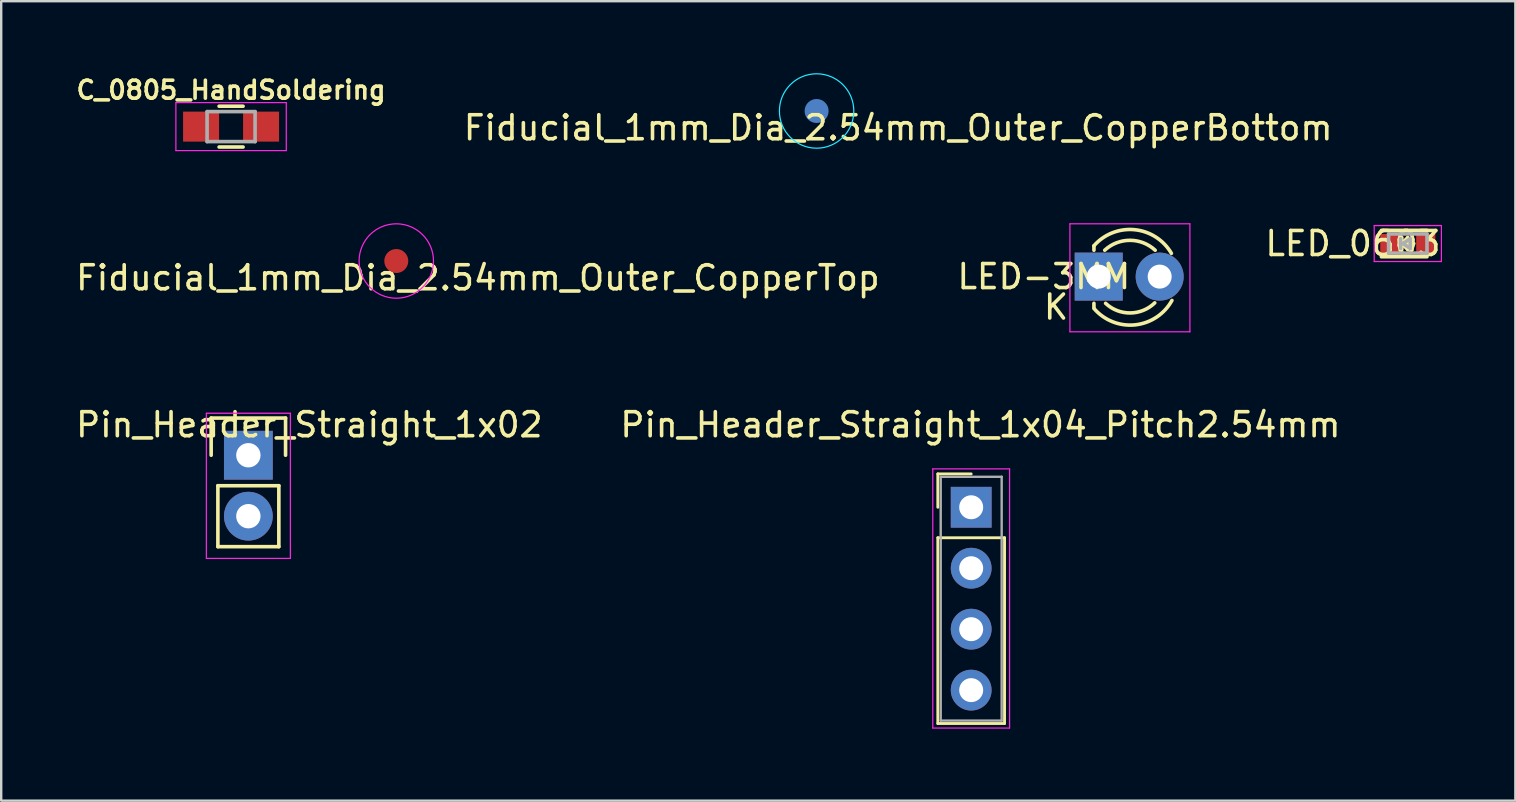
<source format=kicad_pcb>
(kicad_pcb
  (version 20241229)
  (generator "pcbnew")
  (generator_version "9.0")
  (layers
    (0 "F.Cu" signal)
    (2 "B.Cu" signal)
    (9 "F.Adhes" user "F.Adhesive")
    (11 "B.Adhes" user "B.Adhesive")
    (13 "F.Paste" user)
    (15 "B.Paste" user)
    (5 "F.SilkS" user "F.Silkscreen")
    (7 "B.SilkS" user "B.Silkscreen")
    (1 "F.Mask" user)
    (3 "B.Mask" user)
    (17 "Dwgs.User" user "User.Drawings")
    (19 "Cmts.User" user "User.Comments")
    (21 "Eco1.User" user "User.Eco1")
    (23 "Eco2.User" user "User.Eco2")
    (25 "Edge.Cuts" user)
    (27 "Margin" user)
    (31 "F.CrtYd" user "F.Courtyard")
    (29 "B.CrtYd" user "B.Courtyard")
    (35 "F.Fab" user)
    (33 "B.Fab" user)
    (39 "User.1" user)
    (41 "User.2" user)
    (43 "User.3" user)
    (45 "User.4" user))
  (footprint "LED_0603"
    (layer "F.Cu")
    (at 55.611 7.099)
    (property "Reference" "LED_0603" (at -2.286 0 0) (layer "F.SilkS") (effects (font (size 1 1) (thickness 0.15))))
    (attr smd)
    (fp_line (start -1.1 -0.55) (end 0.8 -0.55) (stroke (width 0.15) (type solid)) (layer "F.SilkS"))
    (fp_line (start -1.1 0.55) (end 0.8 0.55) (stroke (width 0.15) (type solid)) (layer "F.SilkS"))
    (fp_line (start -0.25 -0.25) (end -0.25 0.25) (stroke (width 0.15) (type solid)) (layer "F.SilkS"))
    (fp_line (start -0.25 0) (end 0 -0.25) (stroke (width 0.15) (type solid)) (layer "F.SilkS"))
    (fp_line (start -0.2 0) (end 0.25 0) (stroke (width 0.15) (type solid)) (layer "F.SilkS"))
    (fp_line (start 0 -0.25) (end 0 0.25) (stroke (width 0.15) (type solid)) (layer "F.SilkS"))
    (fp_line (start 0 0.25) (end -0.25 0) (stroke (width 0.15) (type solid)) (layer "F.SilkS"))
    (fp_line (start -1.4 -0.75) (end 1.4 -0.75) (stroke (width 0.05) (type solid)) (layer "F.CrtYd"))
    (fp_line (start -1.4 0.75) (end -1.4 -0.75) (stroke (width 0.05) (type solid)) (layer "F.CrtYd"))
    (fp_line (start 1.4 -0.75) (end 1.4 0.75) (stroke (width 0.05) (type solid)) (layer "F.CrtYd"))
    (fp_line (start 1.4 0.75) (end -1.4 0.75) (stroke (width 0.05) (type solid)) (layer "F.CrtYd"))
    (fp_line (start -0.8 -0.4) (end 0.8 -0.4) (stroke (width 0.15) (type solid)) (layer "F.Fab"))
    (fp_line (start -0.8 0.4) (end -0.8 -0.4) (stroke (width 0.15) (type solid)) (layer "F.Fab"))
    (fp_line (start -0.3 -0.2) (end -0.3 0.2) (stroke (width 0.15) (type solid)) (layer "F.Fab"))
    (fp_line (start -0.2 0) (end 0.1 -0.2) (stroke (width 0.15) (type solid)) (layer "F.Fab"))
    (fp_line (start 0.1 -0.2) (end 0.1 0.2) (stroke (width 0.15) (type solid)) (layer "F.Fab"))
    (fp_line (start 0.1 0.2) (end -0.2 0) (stroke (width 0.15) (type solid)) (layer "F.Fab"))
    (fp_line (start 0.8 -0.4) (end 0.8 0.4) (stroke (width 0.15) (type solid)) (layer "F.Fab"))
    (fp_line (start 0.8 0.4) (end -0.8 0.4) (stroke (width 0.15) (type solid)) (layer "F.Fab"))
    (pad "1" smd rect (at -0.749 0 180) (size 0.798 0.798) (layers "F.Cu" "F.Mask" "F.Paste"))
    (pad "2" smd rect (at 0.749 0 180) (size 0.798 0.798) (layers "F.Cu" "F.Mask" "F.Paste")))
  (footprint "Pin_Header_Straight_1x04_Pitch2.54mm"
    (layer "F.Cu")
    (at 37.418 18.087)
    (property "Reference" "Pin_Header_Straight_1x04_Pitch2.54mm" (at 0.386 -3.438 0) (layer "F.SilkS") (effects (font (size 1 1) (thickness 0.15))))
    (attr through_hole)
    (fp_line (start -1.39 -1.39) (end 0 -1.39) (stroke (width 0.12) (type solid)) (layer "F.SilkS"))
    (fp_line (start -1.39 0) (end -1.39 -1.39) (stroke (width 0.12) (type solid)) (layer "F.SilkS"))
    (fp_line (start -1.39 1.27) (end -1.39 9.01) (stroke (width 0.12) (type solid)) (layer "F.SilkS"))
    (fp_line (start -1.39 9.01) (end 1.39 9.01) (stroke (width 0.12) (type solid)) (layer "F.SilkS"))
    (fp_line (start 1.39 1.27) (end -1.39 1.27) (stroke (width 0.12) (type solid)) (layer "F.SilkS"))
    (fp_line (start 1.39 9.01) (end 1.39 1.27) (stroke (width 0.12) (type solid)) (layer "F.SilkS"))
    (fp_line (start -1.6 -1.6) (end -1.6 9.2) (stroke (width 0.05) (type solid)) (layer "F.CrtYd"))
    (fp_line (start -1.6 9.2) (end 1.6 9.2) (stroke (width 0.05) (type solid)) (layer "F.CrtYd"))
    (fp_line (start 1.6 -1.6) (end -1.6 -1.6) (stroke (width 0.05) (type solid)) (layer "F.CrtYd"))
    (fp_line (start 1.6 9.2) (end 1.6 -1.6) (stroke (width 0.05) (type solid)) (layer "F.CrtYd"))
    (fp_line (start -1.27 -1.27) (end -1.27 8.89) (stroke (width 0.1) (type solid)) (layer "F.Fab"))
    (fp_line (start -1.27 8.89) (end 1.27 8.89) (stroke (width 0.1) (type solid)) (layer "F.Fab"))
    (fp_line (start 1.27 -1.27) (end -1.27 -1.27) (stroke (width 0.1) (type solid)) (layer "F.Fab"))
    (fp_line (start 1.27 8.89) (end 1.27 -1.27) (stroke (width 0.1) (type solid)) (layer "F.Fab"))
    (pad "1" thru_hole rect (at 0 0) (size 1.7 1.7) (drill 1) (layers "*.Cu" "*.Mask"))
    (pad "2" thru_hole oval (at 0 2.54) (size 1.7 1.7) (drill 1) (layers "*.Cu" "*.Mask"))
    (pad "3" thru_hole oval (at 0 5.08) (size 1.7 1.7) (drill 1) (layers "*.Cu" "*.Mask"))
    (pad "4" thru_hole oval (at 0 7.62) (size 1.7 1.7) (drill 1) (layers "*.Cu" "*.Mask")))
  (footprint "Pin_Header_Straight_1x02"
    (layer "F.Cu")
    (at 7.299 15.919)
    (property "Reference" "Pin_Header_Straight_1x02" (at 2.54 -1.27 0) (layer "F.SilkS") (effects (font (size 1 1) (thickness 0.15))))
    (attr through_hole)
    (fp_line (start -1.55 -1.55) (end 1.55 -1.55) (stroke (width 0.15) (type solid)) (layer "F.SilkS"))
    (fp_line (start -1.55 0) (end -1.55 -1.55) (stroke (width 0.15) (type solid)) (layer "F.SilkS"))
    (fp_line (start -1.27 1.27) (end -1.27 3.81) (stroke (width 0.15) (type solid)) (layer "F.SilkS"))
    (fp_line (start -1.27 3.81) (end 1.27 3.81) (stroke (width 0.15) (type solid)) (layer "F.SilkS"))
    (fp_line (start 1.27 1.27) (end -1.27 1.27) (stroke (width 0.15) (type solid)) (layer "F.SilkS"))
    (fp_line (start 1.27 1.27) (end 1.27 3.81) (stroke (width 0.15) (type solid)) (layer "F.SilkS"))
    (fp_line (start 1.55 -1.55) (end 1.55 0) (stroke (width 0.15) (type solid)) (layer "F.SilkS"))
    (fp_line (start -1.75 -1.75) (end -1.75 4.3) (stroke (width 0.05) (type solid)) (layer "F.CrtYd"))
    (fp_line (start -1.75 -1.75) (end 1.75 -1.75) (stroke (width 0.05) (type solid)) (layer "F.CrtYd"))
    (fp_line (start -1.75 4.3) (end 1.75 4.3) (stroke (width 0.05) (type solid)) (layer "F.CrtYd"))
    (fp_line (start 1.75 -1.75) (end 1.75 4.3) (stroke (width 0.05) (type solid)) (layer "F.CrtYd"))
    (pad "1" thru_hole rect (at 0 0) (size 2.032 2.032) (drill 1.016) (layers "*.Cu" "*.Mask"))
    (pad "2" thru_hole oval (at 0 2.54) (size 2.032 2.032) (drill 1.016) (layers "*.Cu" "*.Mask")))
  (footprint "Fiducial_1mm_Dia_2.54mm_Outer_CopperBottom"
    (layer "F.Cu")
    (at 30.977 1.575)
    (property "Reference" "Fiducial_1mm_Dia_2.54mm_Outer_CopperBottom" (at 3.4 0.7 0) (layer "F.SilkS") (effects (font (size 1 1) (thickness 0.15))))
    (attr exclude_from_pos_files exclude_from_bom)
    (fp_circle (center 0 0) (end 1.55 0) (stroke (width 0.05) (type solid)) (fill no) (layer "B.CrtYd"))
    (pad "~" smd circle (at 0 0) (size 1 1) (layers "B.Cu" "B.Mask")))
  (footprint "C_0805_HandSoldering"
    (layer "F.Cu")
    (at 6.579 2.226)
    (property "Reference" "C_0805_HandSoldering" (at 0 -1.524 0) (layer "F.SilkS") (effects (font (size 0.75 0.75) (thickness 0.15))))
    (attr smd)
    (fp_line (start -0.5 0.85) (end 0.5 0.85) (stroke (width 0.15) (type solid)) (layer "F.SilkS"))
    (fp_line (start 0.5 -0.85) (end -0.5 -0.85) (stroke (width 0.15) (type solid)) (layer "F.SilkS"))
    (fp_line (start -2.3 -1) (end -2.3 1) (stroke (width 0.05) (type solid)) (layer "F.CrtYd"))
    (fp_line (start -2.3 -1) (end 2.3 -1) (stroke (width 0.05) (type solid)) (layer "F.CrtYd"))
    (fp_line (start -2.3 1) (end 2.3 1) (stroke (width 0.05) (type solid)) (layer "F.CrtYd"))
    (fp_line (start 2.3 -1) (end 2.3 1) (stroke (width 0.05) (type solid)) (layer "F.CrtYd"))
    (fp_line (start -1 -0.625) (end 1 -0.625) (stroke (width 0.15) (type solid)) (layer "F.Fab"))
    (fp_line (start -1 0.625) (end -1 -0.625) (stroke (width 0.15) (type solid)) (layer "F.Fab"))
    (fp_line (start 1 -0.625) (end 1 0.625) (stroke (width 0.15) (type solid)) (layer "F.Fab"))
    (fp_line (start 1 0.625) (end -1 0.625) (stroke (width 0.15) (type solid)) (layer "F.Fab"))
    (pad "1" smd rect (at -1.25 0) (size 1.5 1.25) (layers "F.Cu" "F.Mask" "F.Paste"))
    (pad "2" smd rect (at 1.25 0) (size 1.5 1.25) (layers "F.Cu" "F.Mask" "F.Paste")))
  (footprint "Fiducial_1mm_Dia_2.54mm_Outer_CopperTop"
    (layer "F.Cu")
    (at 13.463 7.826)
    (property "Reference" "Fiducial_1mm_Dia_2.54mm_Outer_CopperTop" (at 3.4 0.7 0) (layer "F.SilkS") (effects (font (size 1 1) (thickness 0.15))))
    (attr exclude_from_pos_files exclude_from_bom)
    (fp_circle (center 0 0) (end 1.55 0) (stroke (width 0.05) (type solid)) (fill no) (layer "F.CrtYd"))
    (pad "~" smd circle (at 0 0) (size 1 1) (layers "F.Cu" "F.Mask")))
  (footprint "LED-3MM"
    (layer "F.Cu")
    (at 42.732 8.476)
    (property "Reference" "LED-3MM" (at -2.286 0 0) (layer "F.SilkS") (effects (font (size 1 1) (thickness 0.15))))
    (attr through_hole)
    (fp_line (start -0.199 -1.28) (end -0.199 -1.1) (stroke (width 0.15) (type solid)) (layer "F.SilkS"))
    (fp_line (start -0.199 1.314) (end -0.199 1.114) (stroke (width 0.15) (type solid)) (layer "F.SilkS"))
    (fp_arc (start -0.199 -1.286) (mid 1.495903 -1.954571) (end 3.028744 -0.969643) (stroke (width 0.15) (type solid)) (layer "F.SilkS"))
    (fp_arc (start 0.25 -1.1) (mid 1.301686 -1.512142) (end 2.353005 -1.099067) (stroke (width 0.15) (type solid)) (layer "F.SilkS"))
    (fp_arc (start 2.335 1.094) (mid 1.31492 1.51473) (end 0.287111 1.113252) (stroke (width 0.15) (type solid)) (layer "F.SilkS"))
    (fp_arc (start 3.051 0.994) (mid 1.522637 2.009958) (end -0.18622 1.340726) (stroke (width 0.15) (type solid)) (layer "F.SilkS"))
    (fp_line (start -1.2 -2.2) (end -1.2 2.3) (stroke (width 0.05) (type solid)) (layer "F.CrtYd"))
    (fp_line (start -1.2 2.3) (end 3.8 2.3) (stroke (width 0.05) (type solid)) (layer "F.CrtYd"))
    (fp_line (start 3.8 -2.2) (end -1.2 -2.2) (stroke (width 0.05) (type solid)) (layer "F.CrtYd"))
    (fp_line (start 3.8 2.3) (end 3.8 -2.2) (stroke (width 0.05) (type solid)) (layer "F.CrtYd"))
    (fp_text user "K" (at -1.778 1.27 0) (layer "F.SilkS") (effects (font (size 1 1) (thickness 0.15))))
    (pad "1" thru_hole rect (at 0 0 90) (size 2 2) (drill 1.001) (layers "*.Cu" "*.Mask"))
    (pad "2" thru_hole circle (at 2.54 0) (size 2 2) (drill 1.001) (layers "*.Cu" "*.Mask")))
  (gr_rect
    (start -3 -3)
    (end 60.093 30.312)
    (stroke (width 0.1) (type default))
    (fill no)
    (layer "Edge.Cuts")))
</source>
